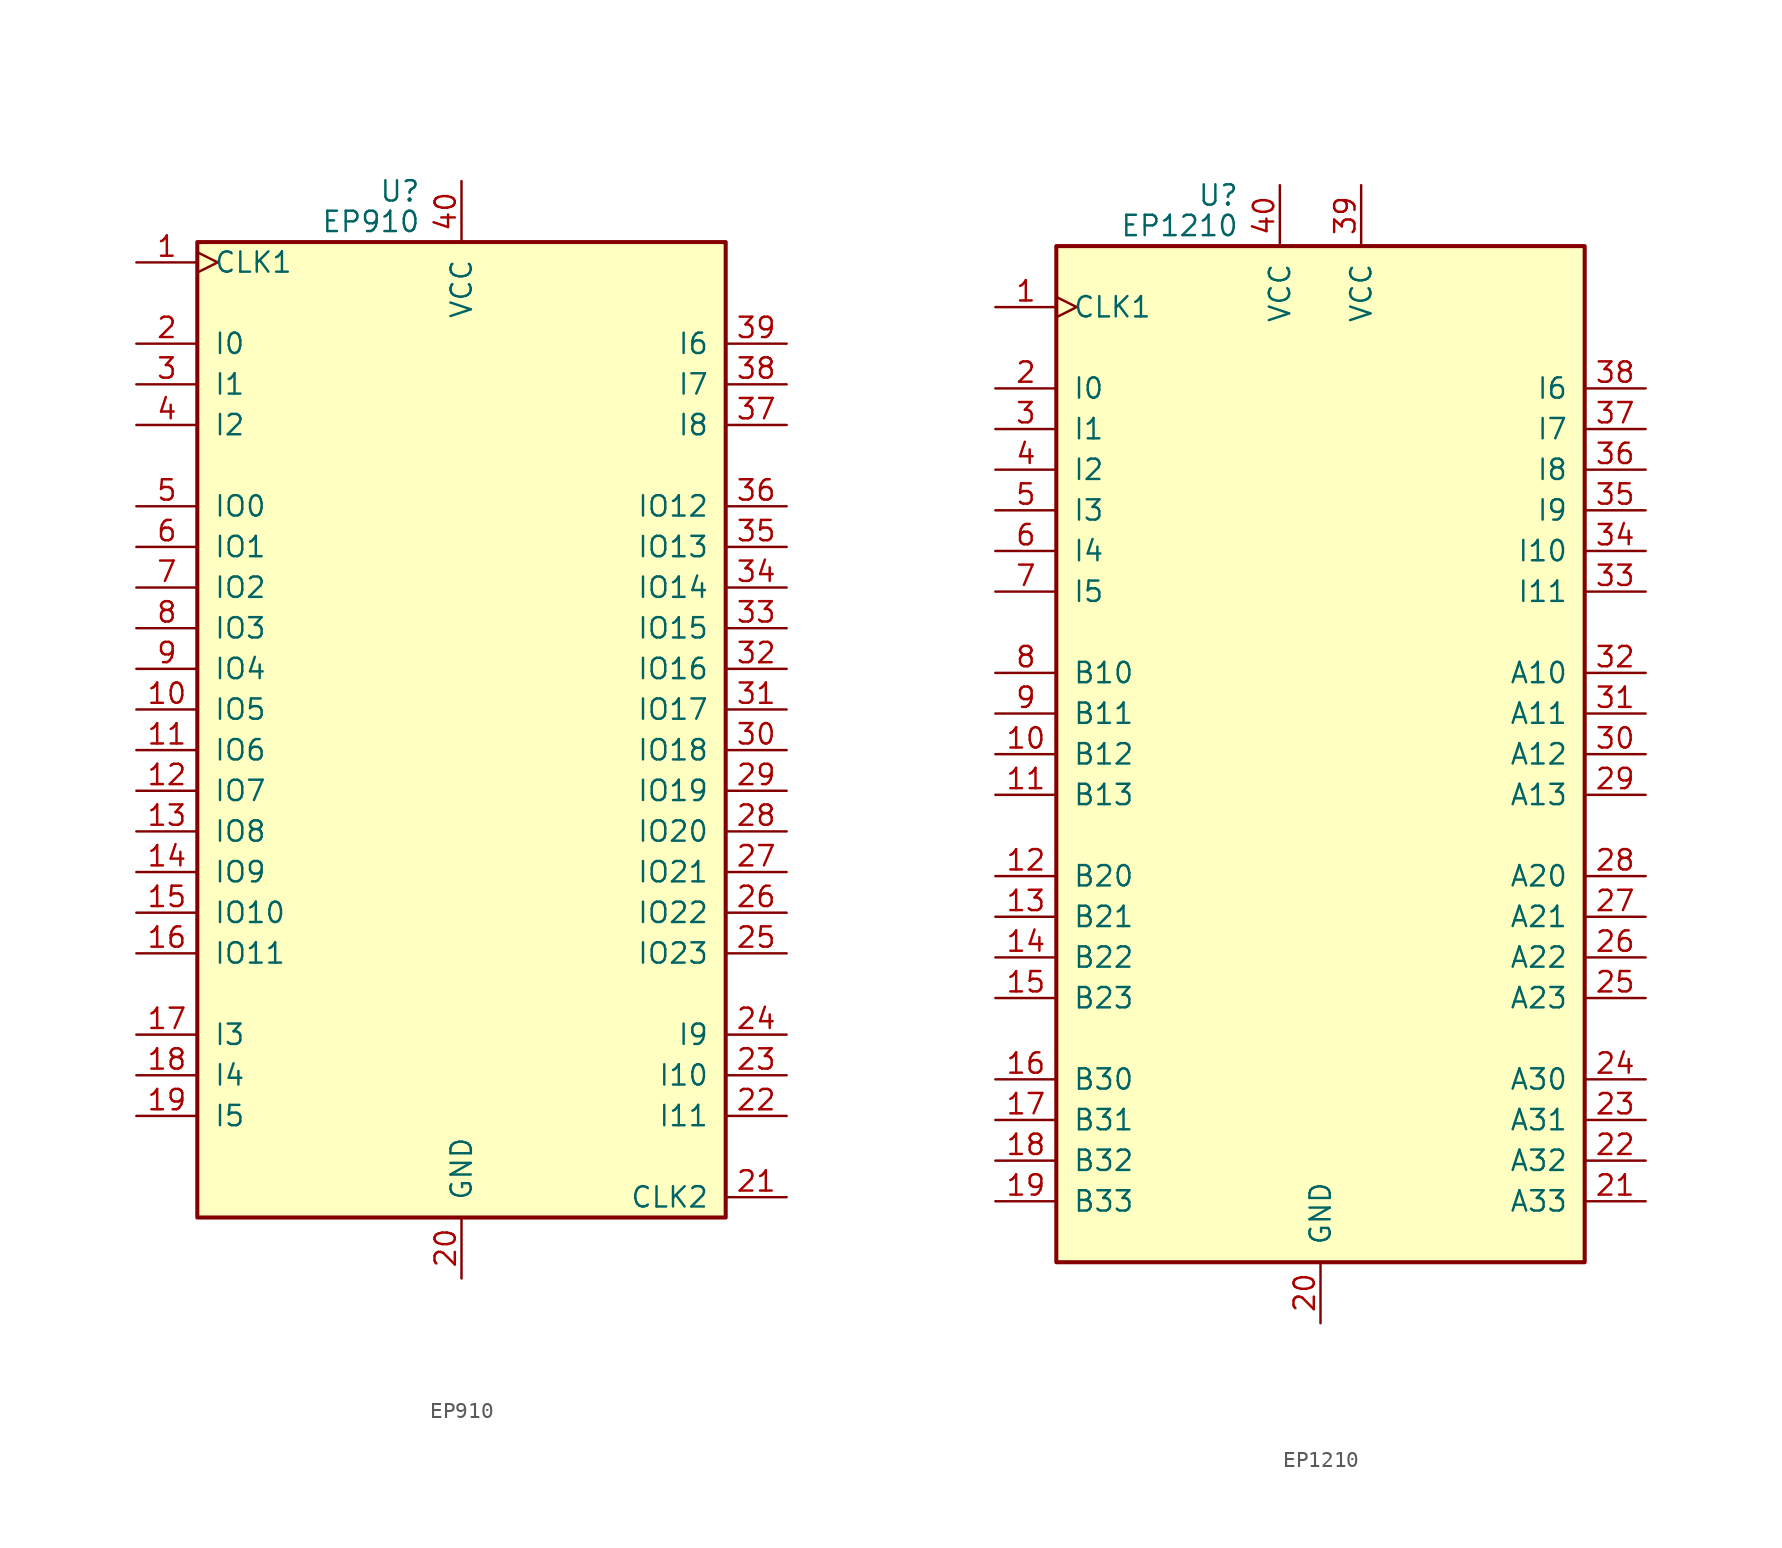
<source format=kicad_sym>
(kicad_symbol_lib
  (version 20211014)
  (generator kicad_symbol_editor)
  (symbol "EP910"
    (pin_names
      (offset 1.016))
    (property "Reference" "U"
      (at -2.54 32.385 0)
      (effects (font (size 1.27 1.27)) (justify right)))
    (property "Value" "EP910"
      (at -2.54 30.48 0)
      (effects (font (size 1.27 1.27)) (justify right)))
    (symbol "EP910_0_1"
      (rectangle (start -16.51 -31.75) (end 16.51 29.21) (stroke (width 0.254) (type default) (color 0 0 0 0)) (fill (type background))))
    (symbol "EP910_1_1"
      (pin input clock (at -20.32 27.94 0) (length 3.81) (name "CLK1" (effects (font (size 1.27 1.27)))) (number "1" (effects (font (size 1.27 1.27)))))
      (pin input line (at -20.32 0 0) (length 3.81) (name "IO5" (effects (font (size 1.27 1.27)))) (number "10" (effects (font (size 1.27 1.27)))))
      (pin input line (at -20.32 -2.54 0) (length 3.81) (name "IO6" (effects (font (size 1.27 1.27)))) (number "11" (effects (font (size 1.27 1.27)))))
      (pin input line (at -20.32 -5.08 0) (length 3.81) (name "IO7" (effects (font (size 1.27 1.27)))) (number "12" (effects (font (size 1.27 1.27)))))
      (pin input line (at -20.32 -7.62 0) (length 3.81) (name "IO8" (effects (font (size 1.27 1.27)))) (number "13" (effects (font (size 1.27 1.27)))))
      (pin input line (at -20.32 -10.16 0) (length 3.81) (name "IO9" (effects (font (size 1.27 1.27)))) (number "14" (effects (font (size 1.27 1.27)))))
      (pin input line (at -20.32 -12.7 0) (length 3.81) (name "IO10" (effects (font (size 1.27 1.27)))) (number "15" (effects (font (size 1.27 1.27)))))
      (pin input line (at -20.32 -15.24 0) (length 3.81) (name "IO11" (effects (font (size 1.27 1.27)))) (number "16" (effects (font (size 1.27 1.27)))))
      (pin input line (at -20.32 -20.32 0) (length 3.81) (name "I3" (effects (font (size 1.27 1.27)))) (number "17" (effects (font (size 1.27 1.27)))))
      (pin input line (at -20.32 -22.86 0) (length 3.81) (name "I4" (effects (font (size 1.27 1.27)))) (number "18" (effects (font (size 1.27 1.27)))))
      (pin input line (at -20.32 -25.4 0) (length 3.81) (name "I5" (effects (font (size 1.27 1.27)))) (number "19" (effects (font (size 1.27 1.27)))))
      (pin input line (at -20.32 22.86 0) (length 3.81) (name "I0" (effects (font (size 1.27 1.27)))) (number "2" (effects (font (size 1.27 1.27)))))
      (pin power_in line (at 0 -35.56 90) (length 3.81) (name "GND" (effects (font (size 1.27 1.27)))) (number "20" (effects (font (size 1.27 1.27)))))
      (pin input line (at 20.32 -30.48 180) (length 3.81) (name "CLK2" (effects (font (size 1.27 1.27)))) (number "21" (effects (font (size 1.27 1.27)))))
      (pin input line (at 20.32 -25.4 180) (length 3.81) (name "I11" (effects (font (size 1.27 1.27)))) (number "22" (effects (font (size 1.27 1.27)))))
      (pin input line (at 20.32 -22.86 180) (length 3.81) (name "I10" (effects (font (size 1.27 1.27)))) (number "23" (effects (font (size 1.27 1.27)))))
      (pin input line (at 20.32 -20.32 180) (length 3.81) (name "I9" (effects (font (size 1.27 1.27)))) (number "24" (effects (font (size 1.27 1.27)))))
      (pin input line (at 20.32 -15.24 180) (length 3.81) (name "IO23" (effects (font (size 1.27 1.27)))) (number "25" (effects (font (size 1.27 1.27)))))
      (pin input line (at 20.32 -12.7 180) (length 3.81) (name "IO22" (effects (font (size 1.27 1.27)))) (number "26" (effects (font (size 1.27 1.27)))))
      (pin input line (at 20.32 -10.16 180) (length 3.81) (name "IO21" (effects (font (size 1.27 1.27)))) (number "27" (effects (font (size 1.27 1.27)))))
      (pin input line (at 20.32 -7.62 180) (length 3.81) (name "IO20" (effects (font (size 1.27 1.27)))) (number "28" (effects (font (size 1.27 1.27)))))
      (pin input line (at 20.32 -5.08 180) (length 3.81) (name "IO19" (effects (font (size 1.27 1.27)))) (number "29" (effects (font (size 1.27 1.27)))))
      (pin input line (at -20.32 20.32 0) (length 3.81) (name "I1" (effects (font (size 1.27 1.27)))) (number "3" (effects (font (size 1.27 1.27)))))
      (pin input line (at 20.32 -2.54 180) (length 3.81) (name "IO18" (effects (font (size 1.27 1.27)))) (number "30" (effects (font (size 1.27 1.27)))))
      (pin input line (at 20.32 0 180) (length 3.81) (name "IO17" (effects (font (size 1.27 1.27)))) (number "31" (effects (font (size 1.27 1.27)))))
      (pin input line (at 20.32 2.54 180) (length 3.81) (name "IO16" (effects (font (size 1.27 1.27)))) (number "32" (effects (font (size 1.27 1.27)))))
      (pin input line (at 20.32 5.08 180) (length 3.81) (name "IO15" (effects (font (size 1.27 1.27)))) (number "33" (effects (font (size 1.27 1.27)))))
      (pin input line (at 20.32 7.62 180) (length 3.81) (name "IO14" (effects (font (size 1.27 1.27)))) (number "34" (effects (font (size 1.27 1.27)))))
      (pin input line (at 20.32 10.16 180) (length 3.81) (name "IO13" (effects (font (size 1.27 1.27)))) (number "35" (effects (font (size 1.27 1.27)))))
      (pin input line (at 20.32 12.7 180) (length 3.81) (name "IO12" (effects (font (size 1.27 1.27)))) (number "36" (effects (font (size 1.27 1.27)))))
      (pin input line (at 20.32 17.78 180) (length 3.81) (name "I8" (effects (font (size 1.27 1.27)))) (number "37" (effects (font (size 1.27 1.27)))))
      (pin input line (at 20.32 20.32 180) (length 3.81) (name "I7" (effects (font (size 1.27 1.27)))) (number "38" (effects (font (size 1.27 1.27)))))
      (pin input line (at 20.32 22.86 180) (length 3.81) (name "I6" (effects (font (size 1.27 1.27)))) (number "39" (effects (font (size 1.27 1.27)))))
      (pin input line (at -20.32 17.78 0) (length 3.81) (name "I2" (effects (font (size 1.27 1.27)))) (number "4" (effects (font (size 1.27 1.27)))))
      (pin power_in line (at 0 33.02 270) (length 3.81) (name "VCC" (effects (font (size 1.27 1.27)))) (number "40" (effects (font (size 1.27 1.27)))))
      (pin input line (at -20.32 12.7 0) (length 3.81) (name "IO0" (effects (font (size 1.27 1.27)))) (number "5" (effects (font (size 1.27 1.27)))))
      (pin input line (at -20.32 10.16 0) (length 3.81) (name "IO1" (effects (font (size 1.27 1.27)))) (number "6" (effects (font (size 1.27 1.27)))))
      (pin input line (at -20.32 7.62 0) (length 3.81) (name "IO2" (effects (font (size 1.27 1.27)))) (number "7" (effects (font (size 1.27 1.27)))))
      (pin input line (at -20.32 5.08 0) (length 3.81) (name "IO3" (effects (font (size 1.27 1.27)))) (number "8" (effects (font (size 1.27 1.27)))))
      (pin input line (at -20.32 2.54 0) (length 3.81) (name "IO4" (effects (font (size 1.27 1.27)))) (number "9" (effects (font (size 1.27 1.27)))))))
  (symbol "EP1210"
    (pin_names
      (offset 1.016))
    (property "Reference" "U"
      (at -5.08 34.925 0)
      (effects (font (size 1.27 1.27)) (justify right)))
    (property "Value" "EP1210"
      (at -5.08 33.02 0)
      (effects (font (size 1.27 1.27)) (justify right)))
    (symbol "EP1210_0_1"
      (rectangle (start -16.51 -31.75) (end 16.51 31.75) (stroke (width 0.254) (type default) (color 0 0 0 0)) (fill (type background))))
    (symbol "EP1210_1_1"
      (pin input clock (at -20.32 27.94 0) (length 3.81) (name "CLK1" (effects (font (size 1.27 1.27)))) (number "1" (effects (font (size 1.27 1.27)))))
      (pin input line (at -20.32 0 0) (length 3.81) (name "B12" (effects (font (size 1.27 1.27)))) (number "10" (effects (font (size 1.27 1.27)))))
      (pin input line (at -20.32 -2.54 0) (length 3.81) (name "B13" (effects (font (size 1.27 1.27)))) (number "11" (effects (font (size 1.27 1.27)))))
      (pin input line (at -20.32 -7.62 0) (length 3.81) (name "B20" (effects (font (size 1.27 1.27)))) (number "12" (effects (font (size 1.27 1.27)))))
      (pin input line (at -20.32 -10.16 0) (length 3.81) (name "B21" (effects (font (size 1.27 1.27)))) (number "13" (effects (font (size 1.27 1.27)))))
      (pin input line (at -20.32 -12.7 0) (length 3.81) (name "B22" (effects (font (size 1.27 1.27)))) (number "14" (effects (font (size 1.27 1.27)))))
      (pin input line (at -20.32 -15.24 0) (length 3.81) (name "B23" (effects (font (size 1.27 1.27)))) (number "15" (effects (font (size 1.27 1.27)))))
      (pin input line (at -20.32 -20.32 0) (length 3.81) (name "B30" (effects (font (size 1.27 1.27)))) (number "16" (effects (font (size 1.27 1.27)))))
      (pin input line (at -20.32 -22.86 0) (length 3.81) (name "B31" (effects (font (size 1.27 1.27)))) (number "17" (effects (font (size 1.27 1.27)))))
      (pin input line (at -20.32 -25.4 0) (length 3.81) (name "B32" (effects (font (size 1.27 1.27)))) (number "18" (effects (font (size 1.27 1.27)))))
      (pin input line (at -20.32 -27.94 0) (length 3.81) (name "B33" (effects (font (size 1.27 1.27)))) (number "19" (effects (font (size 1.27 1.27)))))
      (pin input line (at -20.32 22.86 0) (length 3.81) (name "I0" (effects (font (size 1.27 1.27)))) (number "2" (effects (font (size 1.27 1.27)))))
      (pin power_in line (at 0 -35.56 90) (length 3.81) (name "GND" (effects (font (size 1.27 1.27)))) (number "20" (effects (font (size 1.27 1.27)))))
      (pin input line (at 20.32 -27.94 180) (length 3.81) (name "A33" (effects (font (size 1.27 1.27)))) (number "21" (effects (font (size 1.27 1.27)))))
      (pin input line (at 20.32 -25.4 180) (length 3.81) (name "A32" (effects (font (size 1.27 1.27)))) (number "22" (effects (font (size 1.27 1.27)))))
      (pin input line (at 20.32 -22.86 180) (length 3.81) (name "A31" (effects (font (size 1.27 1.27)))) (number "23" (effects (font (size 1.27 1.27)))))
      (pin input line (at 20.32 -20.32 180) (length 3.81) (name "A30" (effects (font (size 1.27 1.27)))) (number "24" (effects (font (size 1.27 1.27)))))
      (pin input line (at 20.32 -15.24 180) (length 3.81) (name "A23" (effects (font (size 1.27 1.27)))) (number "25" (effects (font (size 1.27 1.27)))))
      (pin input line (at 20.32 -12.7 180) (length 3.81) (name "A22" (effects (font (size 1.27 1.27)))) (number "26" (effects (font (size 1.27 1.27)))))
      (pin input line (at 20.32 -10.16 180) (length 3.81) (name "A21" (effects (font (size 1.27 1.27)))) (number "27" (effects (font (size 1.27 1.27)))))
      (pin input line (at 20.32 -7.62 180) (length 3.81) (name "A20" (effects (font (size 1.27 1.27)))) (number "28" (effects (font (size 1.27 1.27)))))
      (pin input line (at 20.32 -2.54 180) (length 3.81) (name "A13" (effects (font (size 1.27 1.27)))) (number "29" (effects (font (size 1.27 1.27)))))
      (pin input line (at -20.32 20.32 0) (length 3.81) (name "I1" (effects (font (size 1.27 1.27)))) (number "3" (effects (font (size 1.27 1.27)))))
      (pin input line (at 20.32 0 180) (length 3.81) (name "A12" (effects (font (size 1.27 1.27)))) (number "30" (effects (font (size 1.27 1.27)))))
      (pin input line (at 20.32 2.54 180) (length 3.81) (name "A11" (effects (font (size 1.27 1.27)))) (number "31" (effects (font (size 1.27 1.27)))))
      (pin input line (at 20.32 5.08 180) (length 3.81) (name "A10" (effects (font (size 1.27 1.27)))) (number "32" (effects (font (size 1.27 1.27)))))
      (pin input line (at 20.32 10.16 180) (length 3.81) (name "I11" (effects (font (size 1.27 1.27)))) (number "33" (effects (font (size 1.27 1.27)))))
      (pin input line (at 20.32 12.7 180) (length 3.81) (name "I10" (effects (font (size 1.27 1.27)))) (number "34" (effects (font (size 1.27 1.27)))))
      (pin input line (at 20.32 15.24 180) (length 3.81) (name "I9" (effects (font (size 1.27 1.27)))) (number "35" (effects (font (size 1.27 1.27)))))
      (pin input line (at 20.32 17.78 180) (length 3.81) (name "I8" (effects (font (size 1.27 1.27)))) (number "36" (effects (font (size 1.27 1.27)))))
      (pin input line (at 20.32 20.32 180) (length 3.81) (name "I7" (effects (font (size 1.27 1.27)))) (number "37" (effects (font (size 1.27 1.27)))))
      (pin input line (at 20.32 22.86 180) (length 3.81) (name "I6" (effects (font (size 1.27 1.27)))) (number "38" (effects (font (size 1.27 1.27)))))
      (pin power_in line (at 2.54 35.56 270) (length 3.81) (name "VCC" (effects (font (size 1.27 1.27)))) (number "39" (effects (font (size 1.27 1.27)))))
      (pin input line (at -20.32 17.78 0) (length 3.81) (name "I2" (effects (font (size 1.27 1.27)))) (number "4" (effects (font (size 1.27 1.27)))))
      (pin power_in line (at -2.54 35.56 270) (length 3.81) (name "VCC" (effects (font (size 1.27 1.27)))) (number "40" (effects (font (size 1.27 1.27)))))
      (pin input line (at -20.32 15.24 0) (length 3.81) (name "I3" (effects (font (size 1.27 1.27)))) (number "5" (effects (font (size 1.27 1.27)))))
      (pin input line (at -20.32 12.7 0) (length 3.81) (name "I4" (effects (font (size 1.27 1.27)))) (number "6" (effects (font (size 1.27 1.27)))))
      (pin input line (at -20.32 10.16 0) (length 3.81) (name "I5" (effects (font (size 1.27 1.27)))) (number "7" (effects (font (size 1.27 1.27)))))
      (pin input line (at -20.32 5.08 0) (length 3.81) (name "B10" (effects (font (size 1.27 1.27)))) (number "8" (effects (font (size 1.27 1.27)))))
      (pin input line (at -20.32 2.54 0) (length 3.81) (name "B11" (effects (font (size 1.27 1.27)))) (number "9" (effects (font (size 1.27 1.27))))))))
</source>
